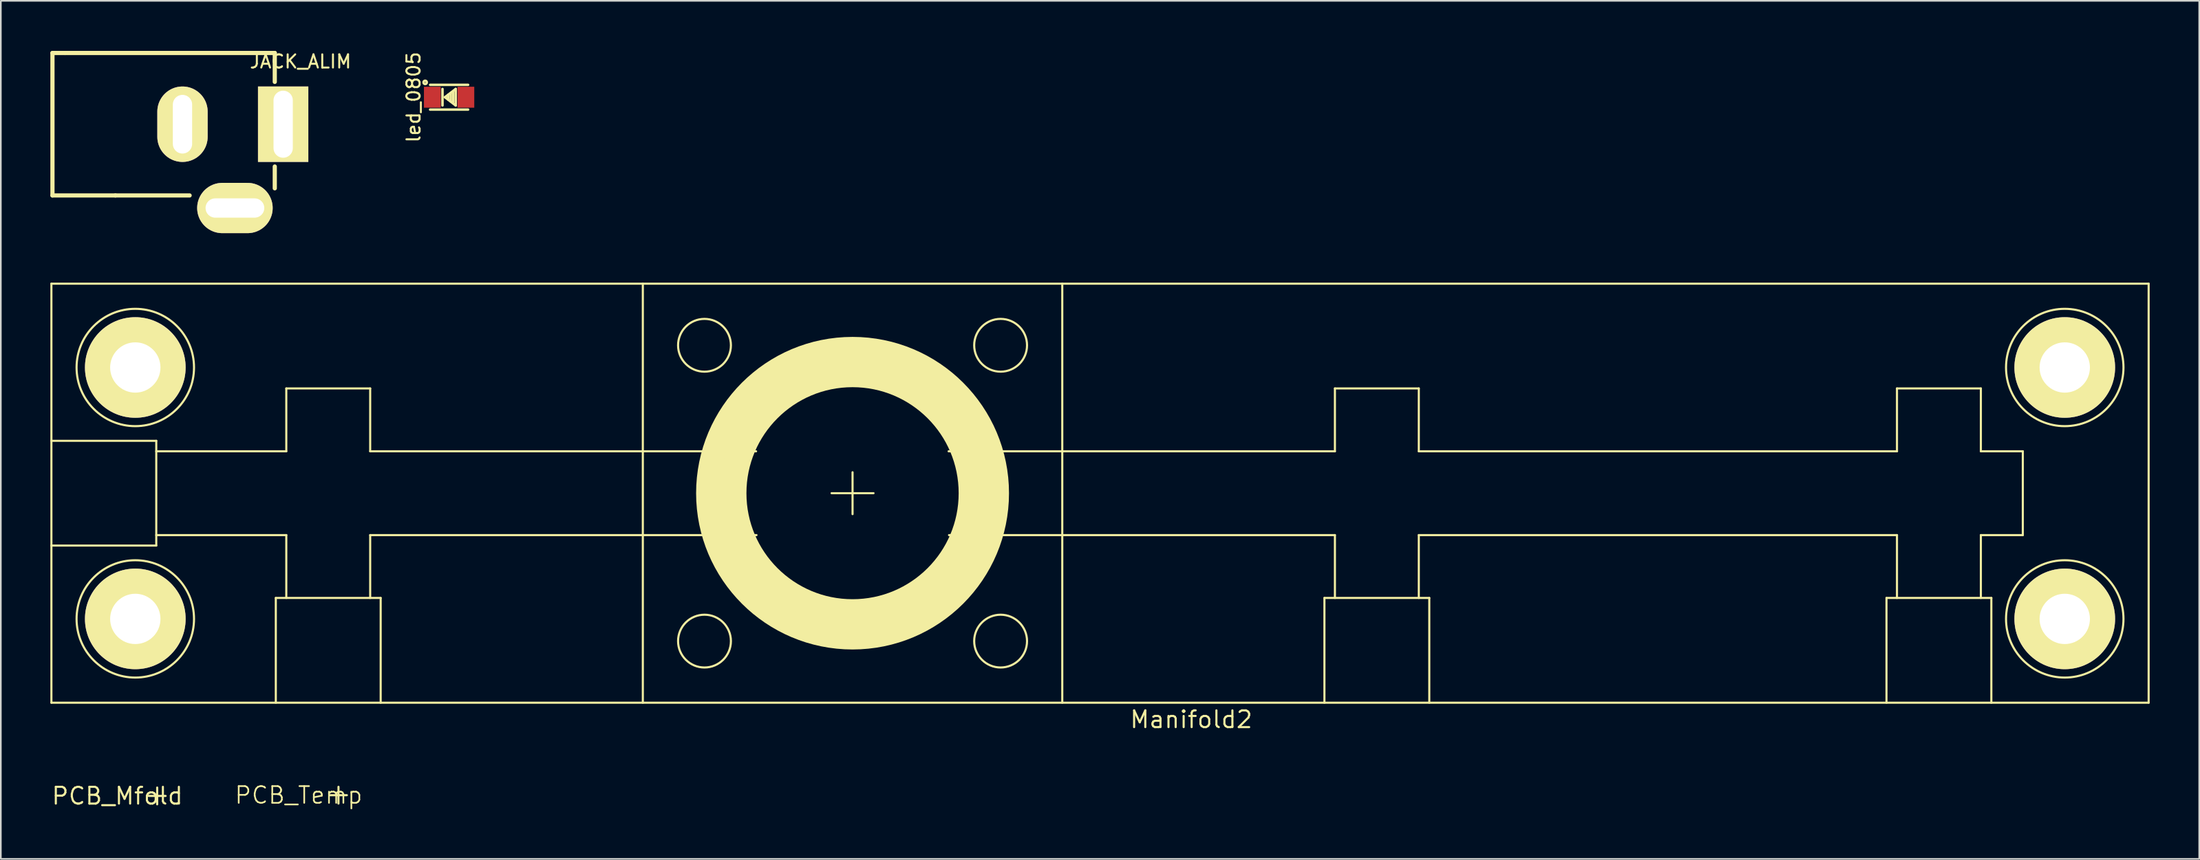
<source format=kicad_pcb>
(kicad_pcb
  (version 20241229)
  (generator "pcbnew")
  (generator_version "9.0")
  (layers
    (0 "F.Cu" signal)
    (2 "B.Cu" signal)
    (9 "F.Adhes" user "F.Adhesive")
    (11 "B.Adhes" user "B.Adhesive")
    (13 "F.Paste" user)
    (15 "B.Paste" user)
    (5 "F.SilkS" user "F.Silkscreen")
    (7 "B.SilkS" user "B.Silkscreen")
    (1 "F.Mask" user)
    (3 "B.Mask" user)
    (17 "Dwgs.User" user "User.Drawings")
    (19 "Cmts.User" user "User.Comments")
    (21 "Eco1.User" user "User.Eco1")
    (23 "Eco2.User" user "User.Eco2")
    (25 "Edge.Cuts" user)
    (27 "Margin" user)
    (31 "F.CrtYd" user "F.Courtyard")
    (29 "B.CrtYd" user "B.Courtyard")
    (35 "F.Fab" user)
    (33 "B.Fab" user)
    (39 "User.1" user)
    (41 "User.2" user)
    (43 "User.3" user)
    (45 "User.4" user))
  (footprint "JACK_ALIM"
    (layer "F.Cu")
    (at 8.001 4.479)
    (property "Reference" "JACK_ALIM" (at 7.15 -3.8 0) (layer "F.SilkS") (effects (font (size 0.8 0.8) (thickness 0.12))))
    (attr smd)
    (fp_line (start -7.874 -4.318) (end -7.874 4.318) (stroke (width 0.254) (type solid)) (layer "F.SilkS"))
    (fp_line (start -7.874 4.318) (end -4.064 4.318) (stroke (width 0.254) (type solid)) (layer "F.SilkS"))
    (fp_line (start -7.112 -4.318) (end -7.874 -4.318) (stroke (width 0.254) (type solid)) (layer "F.SilkS"))
    (fp_line (start -7.112 -4.318) (end 5.588 -4.318) (stroke (width 0.254) (type solid)) (layer "F.SilkS"))
    (fp_line (start -4.064 4.318) (end 0.432 4.318) (stroke (width 0.254) (type solid)) (layer "F.SilkS"))
    (fp_line (start 5.588 -4.318) (end 5.588 -2.565) (stroke (width 0.254) (type solid)) (layer "F.SilkS"))
    (fp_line (start 5.588 3.886) (end 5.588 2.565) (stroke (width 0.254) (type solid)) (layer "F.SilkS"))
    (pad "1" thru_hole rect (at 6.096 0) (size 3.048 4.572) (drill oval 1.168 4.064) (layers "*.Cu" "*.Mask" "F.SilkS"))
    (pad "2" thru_hole oval (at 0 0) (size 3.048 4.572) (drill oval 1.168 3.556) (layers "*.Cu" "*.Mask" "F.SilkS"))
    (pad "3" thru_hole oval (at 3.175 5.08) (size 4.572 3.048) (drill oval 3.556 1.168) (layers "*.Cu" "*.Mask" "F.SilkS")))
  (footprint "Manifold2"
    (layer "F.Cu")
    (at 63.563 26.846)
    (property "Reference" "Manifold2" (at 5.524 13.716 0) (layer "F.SilkS") (effects (font (size 1.016 1.016) (thickness 0.127))))
    (attr through_hole)
    (fp_line (start -63.5 -12.7) (end 63.5 -12.7) (stroke (width 0.127) (type solid)) (layer "F.SilkS"))
    (fp_line (start -63.5 3.175) (end -57.15 3.175) (stroke (width 0.127) (type solid)) (layer "F.SilkS"))
    (fp_line (start -63.5 12.7) (end -63.5 -12.7) (stroke (width 0.127) (type solid)) (layer "F.SilkS"))
    (fp_line (start -57.15 -3.175) (end -63.5 -3.175) (stroke (width 0.127) (type solid)) (layer "F.SilkS"))
    (fp_line (start -57.15 3.175) (end -57.15 -3.175) (stroke (width 0.127) (type solid)) (layer "F.SilkS"))
    (fp_line (start -49.911 6.35) (end -49.911 12.7) (stroke (width 0.127) (type solid)) (layer "F.SilkS"))
    (fp_line (start -49.276 -6.35) (end -49.276 -2.54) (stroke (width 0.127) (type solid)) (layer "F.SilkS"))
    (fp_line (start -49.276 -2.54) (end -57.15 -2.54) (stroke (width 0.127) (type solid)) (layer "F.SilkS"))
    (fp_line (start -49.276 2.54) (end -57.15 2.54) (stroke (width 0.127) (type solid)) (layer "F.SilkS"))
    (fp_line (start -49.276 2.54) (end -49.276 6.35) (stroke (width 0.127) (type solid)) (layer "F.SilkS"))
    (fp_line (start -44.196 -6.35) (end -49.276 -6.35) (stroke (width 0.127) (type solid)) (layer "F.SilkS"))
    (fp_line (start -44.196 -2.54) (end -44.196 -6.35) (stroke (width 0.127) (type solid)) (layer "F.SilkS"))
    (fp_line (start -44.196 -2.54) (end -20.828 -2.54) (stroke (width 0.127) (type solid)) (layer "F.SilkS"))
    (fp_line (start -44.196 2.54) (end -20.803 2.54) (stroke (width 0.127) (type solid)) (layer "F.SilkS"))
    (fp_line (start -44.196 6.35) (end -44.196 2.54) (stroke (width 0.127) (type solid)) (layer "F.SilkS"))
    (fp_line (start -43.561 6.35) (end -49.911 6.35) (stroke (width 0.127) (type solid)) (layer "F.SilkS"))
    (fp_line (start -43.561 12.7) (end -43.561 6.35) (stroke (width 0.127) (type solid)) (layer "F.SilkS"))
    (fp_line (start -27.686 -12.7) (end -27.686 12.7) (stroke (width 0.127) (type solid)) (layer "F.SilkS"))
    (fp_line (start -16.256 0) (end -13.716 0) (stroke (width 0.127) (type solid)) (layer "F.SilkS"))
    (fp_line (start -14.986 -1.27) (end -14.986 1.27) (stroke (width 0.127) (type solid)) (layer "F.SilkS"))
    (fp_line (start -2.286 12.7) (end -2.286 -12.7) (stroke (width 0.127) (type solid)) (layer "F.SilkS"))
    (fp_line (start 13.589 6.35) (end 13.589 12.7) (stroke (width 0.127) (type solid)) (layer "F.SilkS"))
    (fp_line (start 14.224 -6.35) (end 14.224 -2.54) (stroke (width 0.127) (type solid)) (layer "F.SilkS"))
    (fp_line (start 14.224 -2.54) (end -9.169 -2.54) (stroke (width 0.127) (type solid)) (layer "F.SilkS"))
    (fp_line (start 14.224 2.54) (end -9.144 2.54) (stroke (width 0.127) (type solid)) (layer "F.SilkS"))
    (fp_line (start 14.224 2.54) (end 14.224 6.35) (stroke (width 0.127) (type solid)) (layer "F.SilkS"))
    (fp_line (start 19.304 -6.35) (end 14.224 -6.35) (stroke (width 0.127) (type solid)) (layer "F.SilkS"))
    (fp_line (start 19.304 -2.54) (end 19.304 -6.35) (stroke (width 0.127) (type solid)) (layer "F.SilkS"))
    (fp_line (start 19.304 2.54) (end 48.26 2.54) (stroke (width 0.127) (type solid)) (layer "F.SilkS"))
    (fp_line (start 19.304 6.35) (end 19.304 2.54) (stroke (width 0.127) (type solid)) (layer "F.SilkS"))
    (fp_line (start 19.939 6.35) (end 13.589 6.35) (stroke (width 0.127) (type solid)) (layer "F.SilkS"))
    (fp_line (start 19.939 12.7) (end 19.939 6.35) (stroke (width 0.127) (type solid)) (layer "F.SilkS"))
    (fp_line (start 47.625 6.35) (end 47.625 12.7) (stroke (width 0.127) (type solid)) (layer "F.SilkS"))
    (fp_line (start 48.26 -6.35) (end 48.26 -2.54) (stroke (width 0.127) (type solid)) (layer "F.SilkS"))
    (fp_line (start 48.26 -2.54) (end 19.304 -2.54) (stroke (width 0.127) (type solid)) (layer "F.SilkS"))
    (fp_line (start 48.26 2.54) (end 48.26 6.35) (stroke (width 0.127) (type solid)) (layer "F.SilkS"))
    (fp_line (start 53.34 -6.35) (end 48.26 -6.35) (stroke (width 0.127) (type solid)) (layer "F.SilkS"))
    (fp_line (start 53.34 -2.54) (end 53.34 -6.35) (stroke (width 0.127) (type solid)) (layer "F.SilkS"))
    (fp_line (start 53.34 2.54) (end 55.88 2.54) (stroke (width 0.127) (type solid)) (layer "F.SilkS"))
    (fp_line (start 53.34 6.35) (end 53.34 2.54) (stroke (width 0.127) (type solid)) (layer "F.SilkS"))
    (fp_line (start 53.975 6.35) (end 47.625 6.35) (stroke (width 0.127) (type solid)) (layer "F.SilkS"))
    (fp_line (start 53.975 12.7) (end 53.975 6.35) (stroke (width 0.127) (type solid)) (layer "F.SilkS"))
    (fp_line (start 55.88 -2.54) (end 53.34 -2.54) (stroke (width 0.127) (type solid)) (layer "F.SilkS"))
    (fp_line (start 55.88 2.54) (end 55.88 -2.54) (stroke (width 0.127) (type solid)) (layer "F.SilkS"))
    (fp_line (start 63.5 -12.7) (end 63.5 12.7) (stroke (width 0.127) (type solid)) (layer "F.SilkS"))
    (fp_line (start 63.5 12.7) (end -63.5 12.7) (stroke (width 0.127) (type solid)) (layer "F.SilkS"))
    (fp_circle (center -58.42 -7.62) (end -61.976 -7.62) (stroke (width 0.127) (type solid)) (fill no) (layer "F.SilkS"))
    (fp_circle (center -58.42 7.62) (end -61.976 7.62) (stroke (width 0.127) (type solid)) (fill no) (layer "F.SilkS"))
    (fp_circle (center -23.952 -8.966) (end -23.952 -10.566) (stroke (width 0.127) (type solid)) (fill no) (layer "F.SilkS"))
    (fp_circle (center -23.952 8.966) (end -23.952 10.566) (stroke (width 0.127) (type solid)) (fill no) (layer "F.SilkS"))
    (fp_circle (center -14.986 0) (end -22.936 0) (stroke (width 3.048) (type solid)) (fill no) (layer "F.SilkS"))
    (fp_circle (center -14.986 0) (end -6.985 0) (stroke (width 0.127) (type solid)) (fill no) (layer "F.SilkS"))
    (fp_circle (center -6.02 -8.966) (end -6.02 -10.566) (stroke (width 0.127) (type solid)) (fill no) (layer "F.SilkS"))
    (fp_circle (center -6.02 8.966) (end -6.02 10.566) (stroke (width 0.127) (type solid)) (fill no) (layer "F.SilkS"))
    (fp_circle (center 58.42 -7.62) (end 61.976 -7.62) (stroke (width 0.127) (type solid)) (fill no) (layer "F.SilkS"))
    (fp_circle (center 58.42 7.62) (end 61.976 7.62) (stroke (width 0.127) (type solid)) (fill no) (layer "F.SilkS"))
    (pad "1" thru_hole circle (at 58.42 -7.62 180) (size 6.096 6.096) (drill 3.048) (layers "*.Cu" "*.Mask" "F.SilkS"))
    (pad "2" thru_hole circle (at 58.42 7.62 180) (size 6.096 6.096) (drill 3.048) (layers "*.Cu" "*.Mask" "F.SilkS"))
    (pad "3" thru_hole circle (at -58.42 7.62 180) (size 6.096 6.096) (drill 3.048) (layers "*.Cu" "*.Mask" "F.SilkS"))
    (pad "4" thru_hole circle (at -58.42 -7.62 180) (size 6.096 6.096) (drill 3.048) (layers "*.Cu" "*.Mask" "F.SilkS")))
  (footprint "PCB_Temp"
    (layer "F.Cu")
    (at 17.447 45.152)
    (property "Reference" "PCB_Temp" (at -2.413 0 0) (layer "F.SilkS") (effects (font (size 1.016 1.016) (thickness 0.102))))
    (attr through_hole)
    (fp_line (start 0 0) (end -0.508 0) (stroke (width 0.127) (type solid)) (layer "F.SilkS"))
    (fp_line (start 0 0) (end 0 -0.508) (stroke (width 0.127) (type solid)) (layer "F.SilkS"))
    (fp_line (start 0 0) (end 0 0.508) (stroke (width 0.127) (type solid)) (layer "F.SilkS"))
    (fp_line (start 0 0) (end 0.508 0) (stroke (width 0.127) (type solid)) (layer "F.SilkS")))
  (footprint "PCB_Mfold"
    (layer "F.Cu")
    (at 6.469 45.197)
    (property "Reference" "PCB_Mfold" (at -2.413 0 0) (layer "F.SilkS") (effects (font (size 1.016 1.016) (thickness 0.127))))
    (attr through_hole)
    (fp_line (start 0 0) (end -0.508 0) (stroke (width 0.127) (type solid)) (layer "F.SilkS"))
    (fp_line (start 0 0) (end 0 -0.508) (stroke (width 0.127) (type solid)) (layer "F.SilkS"))
    (fp_line (start 0 0) (end 0 0.508) (stroke (width 0.127) (type solid)) (layer "F.SilkS"))
    (fp_line (start 0 0) (end 0.508 0) (stroke (width 0.127) (type solid)) (layer "F.SilkS")))
  (footprint "led_0805"
    (layer "F.Cu")
    (at 24.146 2.843)
    (property "Reference" "led_0805" (at -2.15 0 90) (layer "F.SilkS") (effects (font (size 0.8 0.8) (thickness 0.12))))
    (attr smd)
    (fp_line (start -1.15 -0.75) (end 1.15 -0.75) (stroke (width 0.15) (type solid)) (layer "F.SilkS"))
    (fp_line (start -1.15 0.75) (end 1.15 0.75) (stroke (width 0.15) (type solid)) (layer "F.SilkS"))
    (fp_line (start -0.4 -0.5) (end -0.4 0.5) (stroke (width 0.15) (type solid)) (layer "F.SilkS"))
    (fp_line (start -0.25 0) (end 0.4 -0.5) (stroke (width 0.15) (type solid)) (layer "F.SilkS"))
    (fp_line (start -0.05 -0.15) (end -0.05 0.15) (stroke (width 0.15) (type solid)) (layer "F.SilkS"))
    (fp_line (start 0.1 -0.25) (end 0.1 0.25) (stroke (width 0.15) (type solid)) (layer "F.SilkS"))
    (fp_line (start 0.25 -0.35) (end 0.25 0.3) (stroke (width 0.15) (type solid)) (layer "F.SilkS"))
    (fp_line (start 0.4 -0.5) (end 0.4 0.5) (stroke (width 0.15) (type solid)) (layer "F.SilkS"))
    (fp_line (start 0.4 0.5) (end -0.25 0) (stroke (width 0.15) (type solid)) (layer "F.SilkS"))
    (fp_circle (center -1.45 -0.9) (end -1.35 -0.9) (stroke (width 0.15) (type solid)) (fill no) (layer "F.SilkS"))
    (pad "1" smd rect (at 1.016 0) (size 1.016 1.27) (layers "F.Cu" "F.Mask" "F.Paste"))
    (pad "2" smd rect (at -1.016 0) (size 1.016 1.27) (layers "F.Cu" "F.Mask" "F.Paste")))
  (gr_rect
    (start -3 -3)
    (end 130.127 49.014)
    (stroke (width 0.1) (type default))
    (fill no)
    (layer "Edge.Cuts")))
</source>
